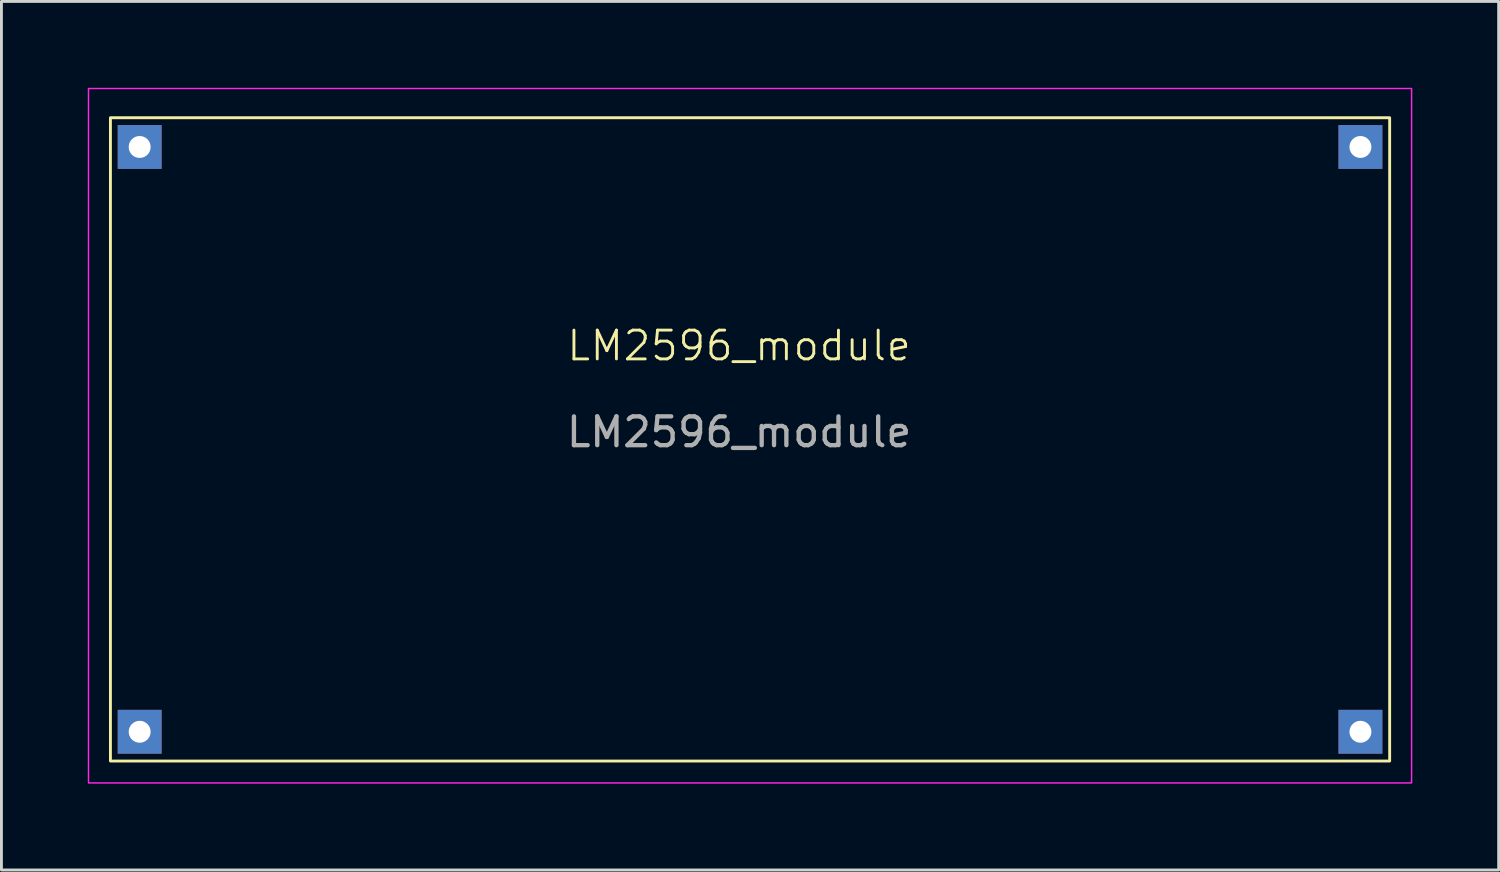
<source format=kicad_pcb>
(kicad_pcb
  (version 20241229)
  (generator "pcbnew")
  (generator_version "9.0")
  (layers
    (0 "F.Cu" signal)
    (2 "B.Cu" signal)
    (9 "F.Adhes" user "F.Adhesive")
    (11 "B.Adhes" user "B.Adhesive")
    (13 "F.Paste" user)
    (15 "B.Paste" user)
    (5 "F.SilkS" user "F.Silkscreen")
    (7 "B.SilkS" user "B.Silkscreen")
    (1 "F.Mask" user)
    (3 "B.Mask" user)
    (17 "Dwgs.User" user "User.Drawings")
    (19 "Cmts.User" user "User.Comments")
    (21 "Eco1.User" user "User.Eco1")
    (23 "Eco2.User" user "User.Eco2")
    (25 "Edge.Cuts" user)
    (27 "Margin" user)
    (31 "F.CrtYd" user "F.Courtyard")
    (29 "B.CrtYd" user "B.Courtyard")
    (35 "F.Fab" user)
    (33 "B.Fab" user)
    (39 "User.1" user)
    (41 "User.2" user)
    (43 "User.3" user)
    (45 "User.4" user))
  (footprint "LM2596_module"
    (layer "F.Cu")
    (at 0.787 1.041)
    (property "Reference" "LM2596_module" (at 21.844 7.922 0) (unlocked yes) (layer "F.SilkS") (effects (font (size 1 1) (thickness 0.1))))
    (attr through_hole)
    (fp_rect (start 0 0) (end 44.45 22.352) (stroke (width 0.1) (type default)) (fill no) (layer "F.SilkS"))
    (fp_rect (start -0.762 -1.016) (end 45.212 23.114) (stroke (width 0.05) (type default)) (fill no) (layer "F.CrtYd"))
    (fp_text user "${REFERENCE}" (at 21.844 10.922 0) (unlocked yes) (layer "F.Fab") (effects (font (size 1 1) (thickness 0.15))))
    (pad "1" thru_hole rect (at 1.016 1.016) (size 1.524 1.524) (drill 0.762) (layers "*.Cu" "*.Mask"))
    (pad "2" thru_hole rect (at 1.016 21.336) (size 1.524 1.524) (drill 0.762) (layers "*.Cu" "*.Mask"))
    (pad "3" thru_hole rect (at 43.434 1.016) (size 1.524 1.524) (drill 0.762) (layers "*.Cu" "*.Mask"))
    (pad "4" thru_hole rect (at 43.434 21.336) (size 1.524 1.524) (drill 0.762) (layers "*.Cu" "*.Mask")))
  (gr_rect
    (start -3 -3)
    (end 49.024 27.18)
    (stroke (width 0.1) (type default))
    (fill no)
    (layer "Edge.Cuts")))
</source>
